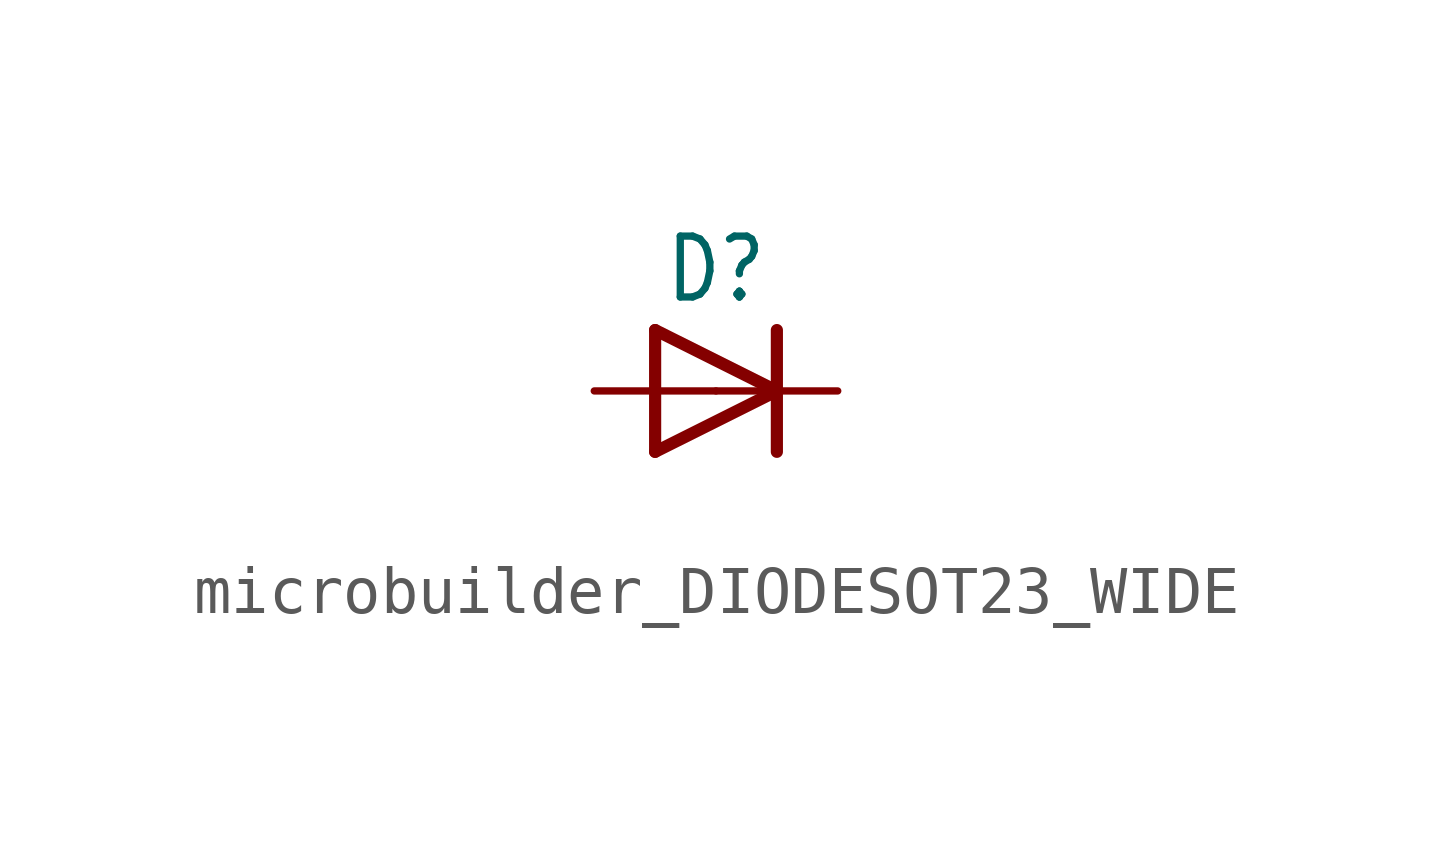
<source format=kicad_sym>
(kicad_symbol_lib
  (version 20231120)
  (generator "kicad_symbol_editor")
  (generator_version "8.0")
  (symbol "microbuilder_DIODESOT23_WIDE"
    (property "Reference" "D"
      (at 0 2.54 0)
      (effects (font (size 1.27 1.079))))
    (property "Value" ""
      (at 0 -2.5 0)
      (effects (font (size 1.27 1.079))))
    (property "ki_locked" ""
      (at 0 0 0)
      (effects (font (size 1.27 1.27))))
    (symbol "microbuilder_DIODESOT23_WIDE_1_0"
      (polyline (pts (xy -1.27 -1.27) (xy 1.27 0)) (stroke (width 0.254) (type solid)) (fill (type none)))
      (polyline (pts (xy -1.27 1.27) (xy -1.27 -1.27)) (stroke (width 0.254) (type solid)) (fill (type none)))
      (polyline (pts (xy 1.27 0) (xy -1.27 1.27)) (stroke (width 0.254) (type solid)) (fill (type none)))
      (polyline (pts (xy 1.27 0) (xy 1.27 -1.27)) (stroke (width 0.254) (type solid)) (fill (type none)))
      (polyline (pts (xy 1.27 1.27) (xy 1.27 0)) (stroke (width 0.254) (type solid)) (fill (type none)))
      (pin passive line (at -2.54 0 0) (length 2.54) (name "A" (effects (font (size 0 0)))) (number "1" (effects (font (size 0 0)))))
      (pin passive line (at 2.54 0 180) (length 2.54) (name "C" (effects (font (size 0 0)))) (number "3" (effects (font (size 0 0))))))))
</source>
